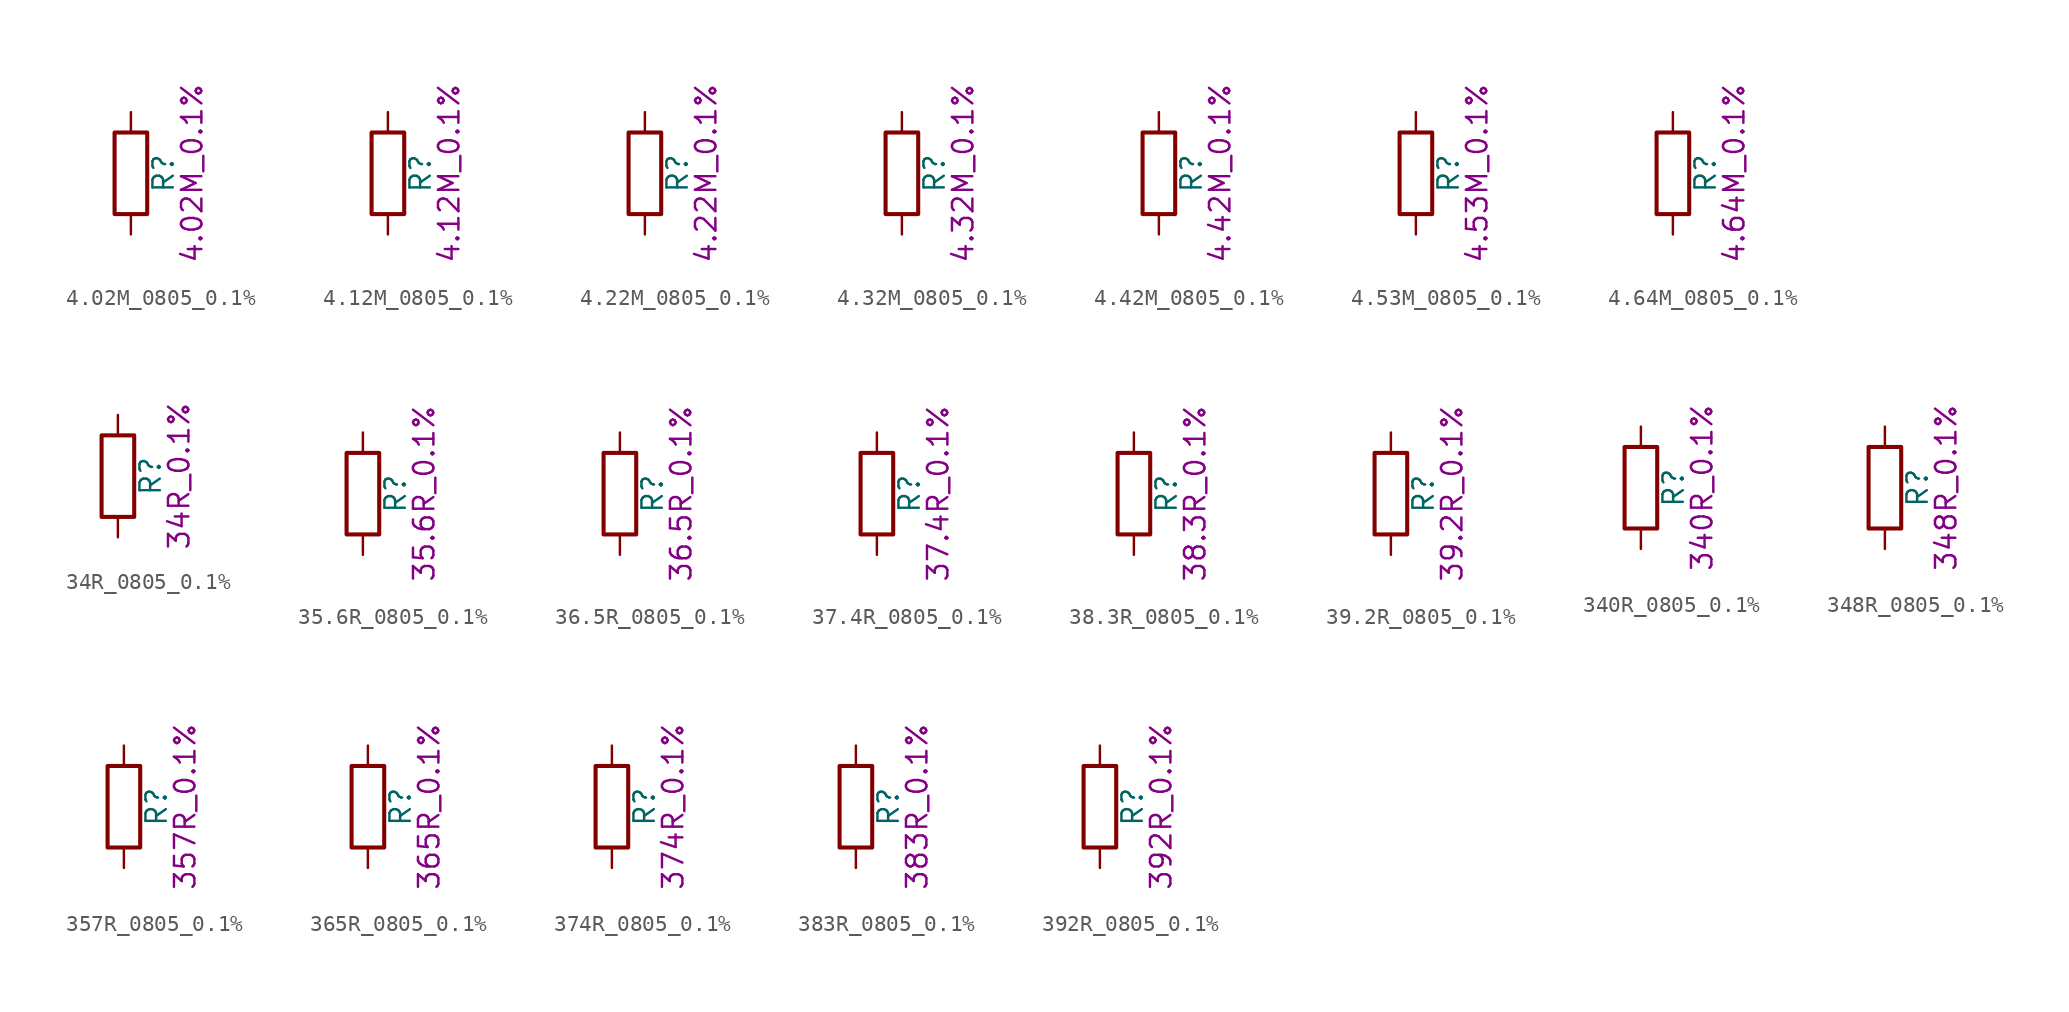
<source format=kicad_sym>
(kicad_symbol_lib
  (version 20211014)
  (generator kicad_symbol_editor)
  (symbol "4.02M_0805_0.1%"
    (pin_numbers hide)
    (pin_names
      (offset 0))
    (property "Reference" "R"
      (at 2.032 0 90)
      (effects (font (size 1.27 1.27))))
    (property "Display" "4.02M_0.1%"
      (at 3.81 0 90)
      (effects (font (size 1.27 1.27))))
    (symbol "4.02M_0805_0.1%_0_1"
      (rectangle (start -1.016 -2.54) (end 1.016 2.54) (stroke (width 0.254) (type default) (color 0 0 0 0)) (fill (type none))))
    (symbol "4.02M_0805_0.1%_1_1"
      (pin passive line (at 0 3.81 270) (length 1.27) (name "~" (effects (font (size 1.27 1.27)))) (number "1" (effects (font (size 1.27 1.27)))))
      (pin passive line (at 0 -3.81 90) (length 1.27) (name "~" (effects (font (size 1.27 1.27)))) (number "2" (effects (font (size 1.27 1.27)))))))
  (symbol "4.12M_0805_0.1%"
    (pin_numbers hide)
    (pin_names
      (offset 0))
    (property "Reference" "R"
      (at 2.032 0 90)
      (effects (font (size 1.27 1.27))))
    (property "Display" "4.12M_0.1%"
      (at 3.81 0 90)
      (effects (font (size 1.27 1.27))))
    (symbol "4.12M_0805_0.1%_0_1"
      (rectangle (start -1.016 -2.54) (end 1.016 2.54) (stroke (width 0.254) (type default) (color 0 0 0 0)) (fill (type none))))
    (symbol "4.12M_0805_0.1%_1_1"
      (pin passive line (at 0 3.81 270) (length 1.27) (name "~" (effects (font (size 1.27 1.27)))) (number "1" (effects (font (size 1.27 1.27)))))
      (pin passive line (at 0 -3.81 90) (length 1.27) (name "~" (effects (font (size 1.27 1.27)))) (number "2" (effects (font (size 1.27 1.27)))))))
  (symbol "4.22M_0805_0.1%"
    (pin_numbers hide)
    (pin_names
      (offset 0))
    (property "Reference" "R"
      (at 2.032 0 90)
      (effects (font (size 1.27 1.27))))
    (property "Display" "4.22M_0.1%"
      (at 3.81 0 90)
      (effects (font (size 1.27 1.27))))
    (symbol "4.22M_0805_0.1%_0_1"
      (rectangle (start -1.016 -2.54) (end 1.016 2.54) (stroke (width 0.254) (type default) (color 0 0 0 0)) (fill (type none))))
    (symbol "4.22M_0805_0.1%_1_1"
      (pin passive line (at 0 3.81 270) (length 1.27) (name "~" (effects (font (size 1.27 1.27)))) (number "1" (effects (font (size 1.27 1.27)))))
      (pin passive line (at 0 -3.81 90) (length 1.27) (name "~" (effects (font (size 1.27 1.27)))) (number "2" (effects (font (size 1.27 1.27)))))))
  (symbol "4.32M_0805_0.1%"
    (pin_numbers hide)
    (pin_names
      (offset 0))
    (property "Reference" "R"
      (at 2.032 0 90)
      (effects (font (size 1.27 1.27))))
    (property "Display" "4.32M_0.1%"
      (at 3.81 0 90)
      (effects (font (size 1.27 1.27))))
    (symbol "4.32M_0805_0.1%_0_1"
      (rectangle (start -1.016 -2.54) (end 1.016 2.54) (stroke (width 0.254) (type default) (color 0 0 0 0)) (fill (type none))))
    (symbol "4.32M_0805_0.1%_1_1"
      (pin passive line (at 0 3.81 270) (length 1.27) (name "~" (effects (font (size 1.27 1.27)))) (number "1" (effects (font (size 1.27 1.27)))))
      (pin passive line (at 0 -3.81 90) (length 1.27) (name "~" (effects (font (size 1.27 1.27)))) (number "2" (effects (font (size 1.27 1.27)))))))
  (symbol "4.42M_0805_0.1%"
    (pin_numbers hide)
    (pin_names
      (offset 0))
    (property "Reference" "R"
      (at 2.032 0 90)
      (effects (font (size 1.27 1.27))))
    (property "Display" "4.42M_0.1%"
      (at 3.81 0 90)
      (effects (font (size 1.27 1.27))))
    (symbol "4.42M_0805_0.1%_0_1"
      (rectangle (start -1.016 -2.54) (end 1.016 2.54) (stroke (width 0.254) (type default) (color 0 0 0 0)) (fill (type none))))
    (symbol "4.42M_0805_0.1%_1_1"
      (pin passive line (at 0 3.81 270) (length 1.27) (name "~" (effects (font (size 1.27 1.27)))) (number "1" (effects (font (size 1.27 1.27)))))
      (pin passive line (at 0 -3.81 90) (length 1.27) (name "~" (effects (font (size 1.27 1.27)))) (number "2" (effects (font (size 1.27 1.27)))))))
  (symbol "4.53M_0805_0.1%"
    (pin_numbers hide)
    (pin_names
      (offset 0))
    (property "Reference" "R"
      (at 2.032 0 90)
      (effects (font (size 1.27 1.27))))
    (property "Display" "4.53M_0.1%"
      (at 3.81 0 90)
      (effects (font (size 1.27 1.27))))
    (symbol "4.53M_0805_0.1%_0_1"
      (rectangle (start -1.016 -2.54) (end 1.016 2.54) (stroke (width 0.254) (type default) (color 0 0 0 0)) (fill (type none))))
    (symbol "4.53M_0805_0.1%_1_1"
      (pin passive line (at 0 3.81 270) (length 1.27) (name "~" (effects (font (size 1.27 1.27)))) (number "1" (effects (font (size 1.27 1.27)))))
      (pin passive line (at 0 -3.81 90) (length 1.27) (name "~" (effects (font (size 1.27 1.27)))) (number "2" (effects (font (size 1.27 1.27)))))))
  (symbol "4.64M_0805_0.1%"
    (pin_numbers hide)
    (pin_names
      (offset 0))
    (property "Reference" "R"
      (at 2.032 0 90)
      (effects (font (size 1.27 1.27))))
    (property "Display" "4.64M_0.1%"
      (at 3.81 0 90)
      (effects (font (size 1.27 1.27))))
    (symbol "4.64M_0805_0.1%_0_1"
      (rectangle (start -1.016 -2.54) (end 1.016 2.54) (stroke (width 0.254) (type default) (color 0 0 0 0)) (fill (type none))))
    (symbol "4.64M_0805_0.1%_1_1"
      (pin passive line (at 0 3.81 270) (length 1.27) (name "~" (effects (font (size 1.27 1.27)))) (number "1" (effects (font (size 1.27 1.27)))))
      (pin passive line (at 0 -3.81 90) (length 1.27) (name "~" (effects (font (size 1.27 1.27)))) (number "2" (effects (font (size 1.27 1.27)))))))
  (symbol "34R_0805_0.1%"
    (pin_numbers hide)
    (pin_names
      (offset 0))
    (property "Reference" "R"
      (at 2.032 0 90)
      (effects (font (size 1.27 1.27))))
    (property "Display" "34R_0.1%"
      (at 3.81 0 90)
      (effects (font (size 1.27 1.27))))
    (symbol "34R_0805_0.1%_0_1"
      (rectangle (start -1.016 -2.54) (end 1.016 2.54) (stroke (width 0.254) (type default) (color 0 0 0 0)) (fill (type none))))
    (symbol "34R_0805_0.1%_1_1"
      (pin passive line (at 0 3.81 270) (length 1.27) (name "~" (effects (font (size 1.27 1.27)))) (number "1" (effects (font (size 1.27 1.27)))))
      (pin passive line (at 0 -3.81 90) (length 1.27) (name "~" (effects (font (size 1.27 1.27)))) (number "2" (effects (font (size 1.27 1.27)))))))
  (symbol "35.6R_0805_0.1%"
    (pin_numbers hide)
    (pin_names
      (offset 0))
    (property "Reference" "R"
      (at 2.032 0 90)
      (effects (font (size 1.27 1.27))))
    (property "Display" "35.6R_0.1%"
      (at 3.81 0 90)
      (effects (font (size 1.27 1.27))))
    (symbol "35.6R_0805_0.1%_0_1"
      (rectangle (start -1.016 -2.54) (end 1.016 2.54) (stroke (width 0.254) (type default) (color 0 0 0 0)) (fill (type none))))
    (symbol "35.6R_0805_0.1%_1_1"
      (pin passive line (at 0 3.81 270) (length 1.27) (name "~" (effects (font (size 1.27 1.27)))) (number "1" (effects (font (size 1.27 1.27)))))
      (pin passive line (at 0 -3.81 90) (length 1.27) (name "~" (effects (font (size 1.27 1.27)))) (number "2" (effects (font (size 1.27 1.27)))))))
  (symbol "36.5R_0805_0.1%"
    (pin_numbers hide)
    (pin_names
      (offset 0))
    (property "Reference" "R"
      (at 2.032 0 90)
      (effects (font (size 1.27 1.27))))
    (property "Display" "36.5R_0.1%"
      (at 3.81 0 90)
      (effects (font (size 1.27 1.27))))
    (symbol "36.5R_0805_0.1%_0_1"
      (rectangle (start -1.016 -2.54) (end 1.016 2.54) (stroke (width 0.254) (type default) (color 0 0 0 0)) (fill (type none))))
    (symbol "36.5R_0805_0.1%_1_1"
      (pin passive line (at 0 3.81 270) (length 1.27) (name "~" (effects (font (size 1.27 1.27)))) (number "1" (effects (font (size 1.27 1.27)))))
      (pin passive line (at 0 -3.81 90) (length 1.27) (name "~" (effects (font (size 1.27 1.27)))) (number "2" (effects (font (size 1.27 1.27)))))))
  (symbol "37.4R_0805_0.1%"
    (pin_numbers hide)
    (pin_names
      (offset 0))
    (property "Reference" "R"
      (at 2.032 0 90)
      (effects (font (size 1.27 1.27))))
    (property "Display" "37.4R_0.1%"
      (at 3.81 0 90)
      (effects (font (size 1.27 1.27))))
    (symbol "37.4R_0805_0.1%_0_1"
      (rectangle (start -1.016 -2.54) (end 1.016 2.54) (stroke (width 0.254) (type default) (color 0 0 0 0)) (fill (type none))))
    (symbol "37.4R_0805_0.1%_1_1"
      (pin passive line (at 0 3.81 270) (length 1.27) (name "~" (effects (font (size 1.27 1.27)))) (number "1" (effects (font (size 1.27 1.27)))))
      (pin passive line (at 0 -3.81 90) (length 1.27) (name "~" (effects (font (size 1.27 1.27)))) (number "2" (effects (font (size 1.27 1.27)))))))
  (symbol "38.3R_0805_0.1%"
    (pin_numbers hide)
    (pin_names
      (offset 0))
    (property "Reference" "R"
      (at 2.032 0 90)
      (effects (font (size 1.27 1.27))))
    (property "Display" "38.3R_0.1%"
      (at 3.81 0 90)
      (effects (font (size 1.27 1.27))))
    (symbol "38.3R_0805_0.1%_0_1"
      (rectangle (start -1.016 -2.54) (end 1.016 2.54) (stroke (width 0.254) (type default) (color 0 0 0 0)) (fill (type none))))
    (symbol "38.3R_0805_0.1%_1_1"
      (pin passive line (at 0 3.81 270) (length 1.27) (name "~" (effects (font (size 1.27 1.27)))) (number "1" (effects (font (size 1.27 1.27)))))
      (pin passive line (at 0 -3.81 90) (length 1.27) (name "~" (effects (font (size 1.27 1.27)))) (number "2" (effects (font (size 1.27 1.27)))))))
  (symbol "39.2R_0805_0.1%"
    (pin_numbers hide)
    (pin_names
      (offset 0))
    (property "Reference" "R"
      (at 2.032 0 90)
      (effects (font (size 1.27 1.27))))
    (property "Display" "39.2R_0.1%"
      (at 3.81 0 90)
      (effects (font (size 1.27 1.27))))
    (symbol "39.2R_0805_0.1%_0_1"
      (rectangle (start -1.016 -2.54) (end 1.016 2.54) (stroke (width 0.254) (type default) (color 0 0 0 0)) (fill (type none))))
    (symbol "39.2R_0805_0.1%_1_1"
      (pin passive line (at 0 3.81 270) (length 1.27) (name "~" (effects (font (size 1.27 1.27)))) (number "1" (effects (font (size 1.27 1.27)))))
      (pin passive line (at 0 -3.81 90) (length 1.27) (name "~" (effects (font (size 1.27 1.27)))) (number "2" (effects (font (size 1.27 1.27)))))))
  (symbol "340R_0805_0.1%"
    (pin_numbers hide)
    (pin_names
      (offset 0))
    (property "Reference" "R"
      (at 2.032 0 90)
      (effects (font (size 1.27 1.27))))
    (property "Display" "340R_0.1%"
      (at 3.81 0 90)
      (effects (font (size 1.27 1.27))))
    (symbol "340R_0805_0.1%_0_1"
      (rectangle (start -1.016 -2.54) (end 1.016 2.54) (stroke (width 0.254) (type default) (color 0 0 0 0)) (fill (type none))))
    (symbol "340R_0805_0.1%_1_1"
      (pin passive line (at 0 3.81 270) (length 1.27) (name "~" (effects (font (size 1.27 1.27)))) (number "1" (effects (font (size 1.27 1.27)))))
      (pin passive line (at 0 -3.81 90) (length 1.27) (name "~" (effects (font (size 1.27 1.27)))) (number "2" (effects (font (size 1.27 1.27)))))))
  (symbol "348R_0805_0.1%"
    (pin_numbers hide)
    (pin_names
      (offset 0))
    (property "Reference" "R"
      (at 2.032 0 90)
      (effects (font (size 1.27 1.27))))
    (property "Display" "348R_0.1%"
      (at 3.81 0 90)
      (effects (font (size 1.27 1.27))))
    (symbol "348R_0805_0.1%_0_1"
      (rectangle (start -1.016 -2.54) (end 1.016 2.54) (stroke (width 0.254) (type default) (color 0 0 0 0)) (fill (type none))))
    (symbol "348R_0805_0.1%_1_1"
      (pin passive line (at 0 3.81 270) (length 1.27) (name "~" (effects (font (size 1.27 1.27)))) (number "1" (effects (font (size 1.27 1.27)))))
      (pin passive line (at 0 -3.81 90) (length 1.27) (name "~" (effects (font (size 1.27 1.27)))) (number "2" (effects (font (size 1.27 1.27)))))))
  (symbol "357R_0805_0.1%"
    (pin_numbers hide)
    (pin_names
      (offset 0))
    (property "Reference" "R"
      (at 2.032 0 90)
      (effects (font (size 1.27 1.27))))
    (property "Display" "357R_0.1%"
      (at 3.81 0 90)
      (effects (font (size 1.27 1.27))))
    (symbol "357R_0805_0.1%_0_1"
      (rectangle (start -1.016 -2.54) (end 1.016 2.54) (stroke (width 0.254) (type default) (color 0 0 0 0)) (fill (type none))))
    (symbol "357R_0805_0.1%_1_1"
      (pin passive line (at 0 3.81 270) (length 1.27) (name "~" (effects (font (size 1.27 1.27)))) (number "1" (effects (font (size 1.27 1.27)))))
      (pin passive line (at 0 -3.81 90) (length 1.27) (name "~" (effects (font (size 1.27 1.27)))) (number "2" (effects (font (size 1.27 1.27)))))))
  (symbol "365R_0805_0.1%"
    (pin_numbers hide)
    (pin_names
      (offset 0))
    (property "Reference" "R"
      (at 2.032 0 90)
      (effects (font (size 1.27 1.27))))
    (property "Display" "365R_0.1%"
      (at 3.81 0 90)
      (effects (font (size 1.27 1.27))))
    (symbol "365R_0805_0.1%_0_1"
      (rectangle (start -1.016 -2.54) (end 1.016 2.54) (stroke (width 0.254) (type default) (color 0 0 0 0)) (fill (type none))))
    (symbol "365R_0805_0.1%_1_1"
      (pin passive line (at 0 3.81 270) (length 1.27) (name "~" (effects (font (size 1.27 1.27)))) (number "1" (effects (font (size 1.27 1.27)))))
      (pin passive line (at 0 -3.81 90) (length 1.27) (name "~" (effects (font (size 1.27 1.27)))) (number "2" (effects (font (size 1.27 1.27)))))))
  (symbol "374R_0805_0.1%"
    (pin_numbers hide)
    (pin_names
      (offset 0))
    (property "Reference" "R"
      (at 2.032 0 90)
      (effects (font (size 1.27 1.27))))
    (property "Display" "374R_0.1%"
      (at 3.81 0 90)
      (effects (font (size 1.27 1.27))))
    (symbol "374R_0805_0.1%_0_1"
      (rectangle (start -1.016 -2.54) (end 1.016 2.54) (stroke (width 0.254) (type default) (color 0 0 0 0)) (fill (type none))))
    (symbol "374R_0805_0.1%_1_1"
      (pin passive line (at 0 3.81 270) (length 1.27) (name "~" (effects (font (size 1.27 1.27)))) (number "1" (effects (font (size 1.27 1.27)))))
      (pin passive line (at 0 -3.81 90) (length 1.27) (name "~" (effects (font (size 1.27 1.27)))) (number "2" (effects (font (size 1.27 1.27)))))))
  (symbol "383R_0805_0.1%"
    (pin_numbers hide)
    (pin_names
      (offset 0))
    (property "Reference" "R"
      (at 2.032 0 90)
      (effects (font (size 1.27 1.27))))
    (property "Display" "383R_0.1%"
      (at 3.81 0 90)
      (effects (font (size 1.27 1.27))))
    (symbol "383R_0805_0.1%_0_1"
      (rectangle (start -1.016 -2.54) (end 1.016 2.54) (stroke (width 0.254) (type default) (color 0 0 0 0)) (fill (type none))))
    (symbol "383R_0805_0.1%_1_1"
      (pin passive line (at 0 3.81 270) (length 1.27) (name "~" (effects (font (size 1.27 1.27)))) (number "1" (effects (font (size 1.27 1.27)))))
      (pin passive line (at 0 -3.81 90) (length 1.27) (name "~" (effects (font (size 1.27 1.27)))) (number "2" (effects (font (size 1.27 1.27)))))))
  (symbol "392R_0805_0.1%"
    (pin_numbers hide)
    (pin_names
      (offset 0))
    (property "Reference" "R"
      (at 2.032 0 90)
      (effects (font (size 1.27 1.27))))
    (property "Display" "392R_0.1%"
      (at 3.81 0 90)
      (effects (font (size 1.27 1.27))))
    (symbol "392R_0805_0.1%_0_1"
      (rectangle (start -1.016 -2.54) (end 1.016 2.54) (stroke (width 0.254) (type default) (color 0 0 0 0)) (fill (type none))))
    (symbol "392R_0805_0.1%_1_1"
      (pin passive line (at 0 3.81 270) (length 1.27) (name "~" (effects (font (size 1.27 1.27)))) (number "1" (effects (font (size 1.27 1.27)))))
      (pin passive line (at 0 -3.81 90) (length 1.27) (name "~" (effects (font (size 1.27 1.27)))) (number "2" (effects (font (size 1.27 1.27))))))))
</source>
